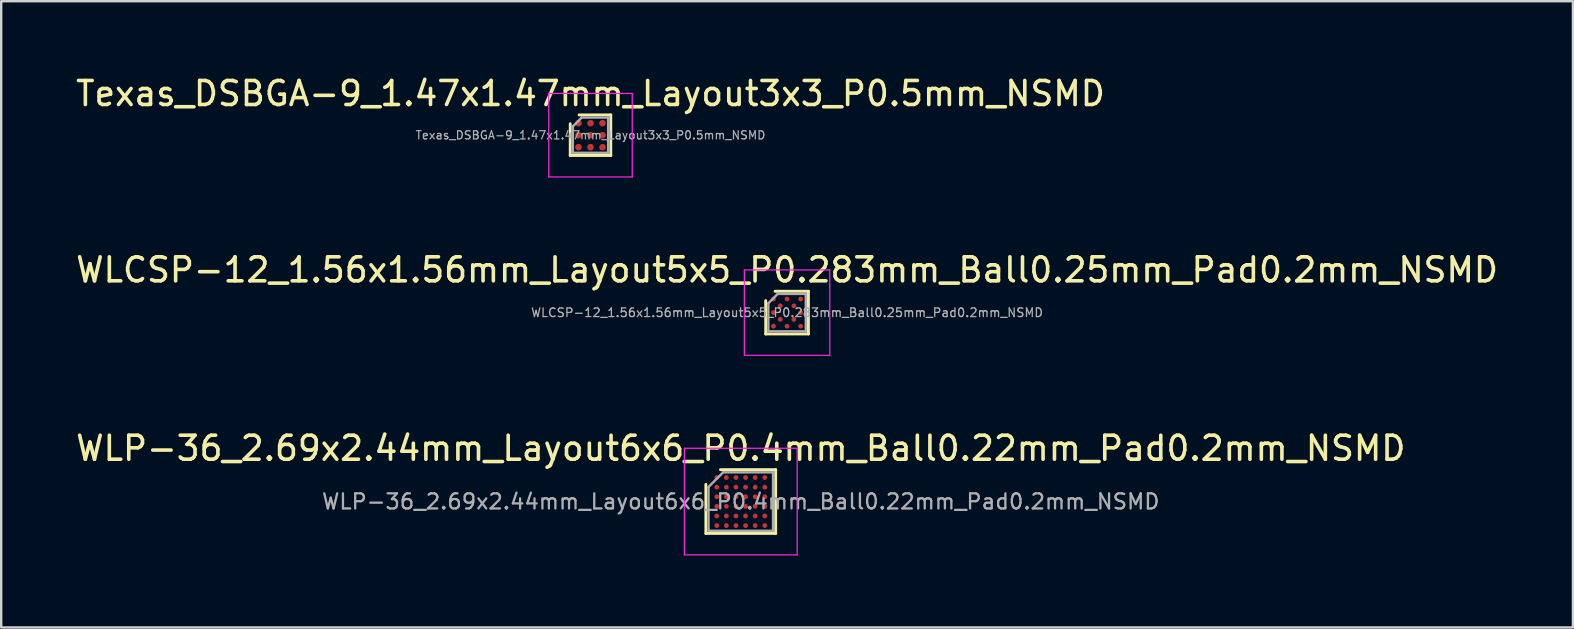
<source format=kicad_pcb>
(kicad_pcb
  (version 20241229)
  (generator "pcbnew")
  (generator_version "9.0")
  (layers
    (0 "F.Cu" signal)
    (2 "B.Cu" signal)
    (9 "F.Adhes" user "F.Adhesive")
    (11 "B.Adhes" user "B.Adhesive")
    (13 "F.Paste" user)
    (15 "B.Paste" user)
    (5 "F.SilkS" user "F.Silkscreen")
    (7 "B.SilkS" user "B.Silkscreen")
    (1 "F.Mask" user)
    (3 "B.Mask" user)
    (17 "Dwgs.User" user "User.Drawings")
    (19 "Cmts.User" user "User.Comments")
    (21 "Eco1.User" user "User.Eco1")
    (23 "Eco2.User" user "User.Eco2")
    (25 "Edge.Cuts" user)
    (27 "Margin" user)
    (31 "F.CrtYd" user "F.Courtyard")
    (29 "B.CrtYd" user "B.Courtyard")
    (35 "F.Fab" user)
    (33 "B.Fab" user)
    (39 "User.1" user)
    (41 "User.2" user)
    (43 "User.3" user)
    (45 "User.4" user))
  (footprint "WLCSP-12_1.56x1.56mm_Layout5x5_P0.283mm_Ball0.25mm_Pad0.2mm_NSMD"
    (layer "F.Cu")
    (at 29.744 9.976)
    (property "Reference" "WLCSP-12_1.56x1.56mm_Layout5x5_P0.283mm_Ball0.25mm_Pad0.2mm_NSMD" (at 0 -1.78 0) (layer "F.SilkS") (effects (font (size 1 1) (thickness 0.15))))
    (attr smd)
    (fp_line (start -0.89 0.89) (end -0.89 -0.5) (stroke (width 0.12) (type solid)) (layer "F.SilkS"))
    (fp_line (start -0.5 -0.89) (end 0.89 -0.89) (stroke (width 0.12) (type solid)) (layer "F.SilkS"))
    (fp_line (start 0.89 -0.89) (end 0.89 0.89) (stroke (width 0.12) (type solid)) (layer "F.SilkS"))
    (fp_line (start 0.89 0.89) (end -0.89 0.89) (stroke (width 0.12) (type solid)) (layer "F.SilkS"))
    (fp_line (start -1.78 -1.78) (end -1.78 1.78) (stroke (width 0.05) (type solid)) (layer "F.CrtYd"))
    (fp_line (start -1.78 1.78) (end 1.78 1.78) (stroke (width 0.05) (type solid)) (layer "F.CrtYd"))
    (fp_line (start 1.78 -1.78) (end -1.78 -1.78) (stroke (width 0.05) (type solid)) (layer "F.CrtYd"))
    (fp_line (start 1.78 1.78) (end 1.78 -1.78) (stroke (width 0.05) (type solid)) (layer "F.CrtYd"))
    (fp_line (start -0.78 -0.39) (end -0.39 -0.78) (stroke (width 0.1) (type solid)) (layer "F.Fab"))
    (fp_line (start -0.78 0.78) (end -0.78 -0.39) (stroke (width 0.1) (type solid)) (layer "F.Fab"))
    (fp_line (start -0.39 -0.78) (end 0.78 -0.78) (stroke (width 0.1) (type solid)) (layer "F.Fab"))
    (fp_line (start 0.78 -0.78) (end 0.78 0.78) (stroke (width 0.1) (type solid)) (layer "F.Fab"))
    (fp_line (start 0.78 0.78) (end -0.78 0.78) (stroke (width 0.1) (type solid)) (layer "F.Fab"))
    (fp_text user "${REFERENCE}" (at 0 0 0) (layer "F.Fab") (effects (font (size 0.36 0.36) (thickness 0.054))))
    (pad "A1" smd circle (at -0.566 -0.566) (size 0.2 0.2) (layers "F.Cu" "F.Mask" "F.Paste"))
    (pad "A3" smd circle (at 0 -0.566) (size 0.2 0.2) (layers "F.Cu" "F.Mask" "F.Paste"))
    (pad "A5" smd circle (at 0.566 -0.566) (size 0.2 0.2) (layers "F.Cu" "F.Mask" "F.Paste"))
    (pad "B2" smd circle (at -0.283 -0.283) (size 0.2 0.2) (layers "F.Cu" "F.Mask" "F.Paste"))
    (pad "B4" smd circle (at 0.283 -0.283) (size 0.2 0.2) (layers "F.Cu" "F.Mask" "F.Paste"))
    (pad "C1" smd circle (at -0.566 0) (size 0.2 0.2) (layers "F.Cu" "F.Mask" "F.Paste"))
    (pad "C5" smd circle (at 0.566 0) (size 0.2 0.2) (layers "F.Cu" "F.Mask" "F.Paste"))
    (pad "D2" smd circle (at -0.283 0.283) (size 0.2 0.2) (layers "F.Cu" "F.Mask" "F.Paste"))
    (pad "D4" smd circle (at 0.283 0.283) (size 0.2 0.2) (layers "F.Cu" "F.Mask" "F.Paste"))
    (pad "E1" smd circle (at -0.566 0.566) (size 0.2 0.2) (layers "F.Cu" "F.Mask" "F.Paste"))
    (pad "E3" smd circle (at 0 0.566) (size 0.2 0.2) (layers "F.Cu" "F.Mask" "F.Paste"))
    (pad "E5" smd circle (at 0.566 0.566) (size 0.2 0.2) (layers "F.Cu" "F.Mask" "F.Paste")))
  (footprint "Texas_DSBGA-9_1.47x1.47mm_Layout3x3_P0.5mm_NSMD"
    (layer "F.Cu")
    (at 21.554 2.583)
    (property "Reference" "Texas_DSBGA-9_1.47x1.47mm_Layout3x3_P0.5mm_NSMD" (at 0 -1.735 0) (layer "F.SilkS") (effects (font (size 1 1) (thickness 0.15))))
    (attr smd)
    (fp_line (start -0.845 0.845) (end -0.845 -0.477) (stroke (width 0.12) (type solid)) (layer "F.SilkS"))
    (fp_line (start -0.477 -0.845) (end 0.845 -0.845) (stroke (width 0.12) (type solid)) (layer "F.SilkS"))
    (fp_line (start 0.845 -0.845) (end 0.845 0.845) (stroke (width 0.12) (type solid)) (layer "F.SilkS"))
    (fp_line (start 0.845 0.845) (end -0.845 0.845) (stroke (width 0.12) (type solid)) (layer "F.SilkS"))
    (fp_line (start -1.74 -1.74) (end -1.74 1.74) (stroke (width 0.05) (type solid)) (layer "F.CrtYd"))
    (fp_line (start -1.74 1.74) (end 1.74 1.74) (stroke (width 0.05) (type solid)) (layer "F.CrtYd"))
    (fp_line (start 1.74 -1.74) (end -1.74 -1.74) (stroke (width 0.05) (type solid)) (layer "F.CrtYd"))
    (fp_line (start 1.74 1.74) (end 1.74 -1.74) (stroke (width 0.05) (type solid)) (layer "F.CrtYd"))
    (fp_line (start -0.735 -0.367) (end -0.367 -0.735) (stroke (width 0.1) (type solid)) (layer "F.Fab"))
    (fp_line (start -0.735 0.735) (end -0.735 -0.367) (stroke (width 0.1) (type solid)) (layer "F.Fab"))
    (fp_line (start -0.367 -0.735) (end 0.735 -0.735) (stroke (width 0.1) (type solid)) (layer "F.Fab"))
    (fp_line (start 0.735 -0.735) (end 0.735 0.735) (stroke (width 0.1) (type solid)) (layer "F.Fab"))
    (fp_line (start 0.735 0.735) (end -0.735 0.735) (stroke (width 0.1) (type solid)) (layer "F.Fab"))
    (fp_text user "${REFERENCE}" (at 0 0 0) (layer "F.Fab") (effects (font (size 0.34 0.34) (thickness 0.051))))
    (pad "A1" smd circle (at -0.5 -0.5) (size 0.275 0.275) (layers "F.Cu" "F.Mask" "F.Paste"))
    (pad "A2" smd circle (at 0 -0.5) (size 0.275 0.275) (layers "F.Cu" "F.Mask" "F.Paste"))
    (pad "A3" smd circle (at 0.5 -0.5) (size 0.275 0.275) (layers "F.Cu" "F.Mask" "F.Paste"))
    (pad "B1" smd circle (at -0.5 0) (size 0.275 0.275) (layers "F.Cu" "F.Mask" "F.Paste"))
    (pad "B2" smd circle (at 0 0) (size 0.275 0.275) (layers "F.Cu" "F.Mask" "F.Paste"))
    (pad "B3" smd circle (at 0.5 0) (size 0.275 0.275) (layers "F.Cu" "F.Mask" "F.Paste"))
    (pad "C1" smd circle (at -0.5 0.5) (size 0.275 0.275) (layers "F.Cu" "F.Mask" "F.Paste"))
    (pad "C2" smd circle (at 0 0.5) (size 0.275 0.275) (layers "F.Cu" "F.Mask" "F.Paste"))
    (pad "C3" smd circle (at 0.5 0.5) (size 0.275 0.275) (layers "F.Cu" "F.Mask" "F.Paste")))
  (footprint "WLP-36_2.69x2.44mm_Layout6x6_P0.4mm_Ball0.22mm_Pad0.2mm_NSMD"
    (layer "F.Cu")
    (at 27.815 17.848)
    (property "Reference" "WLP-36_2.69x2.44mm_Layout6x6_P0.4mm_Ball0.22mm_Pad0.2mm_NSMD" (at 0 -2.219 0) (layer "F.SilkS") (effects (font (size 1 1) (thickness 0.15))))
    (attr smd)
    (fp_line (start -1.454 1.329) (end -1.454 -0.719) (stroke (width 0.12) (type solid)) (layer "F.SilkS"))
    (fp_line (start -0.845 -1.329) (end 1.454 -1.329) (stroke (width 0.12) (type solid)) (layer "F.SilkS"))
    (fp_line (start 1.454 -1.329) (end 1.454 1.329) (stroke (width 0.12) (type solid)) (layer "F.SilkS"))
    (fp_line (start 1.454 1.329) (end -1.454 1.329) (stroke (width 0.12) (type solid)) (layer "F.SilkS"))
    (fp_line (start -2.35 -2.22) (end -2.35 2.22) (stroke (width 0.05) (type solid)) (layer "F.CrtYd"))
    (fp_line (start -2.35 2.22) (end 2.35 2.22) (stroke (width 0.05) (type solid)) (layer "F.CrtYd"))
    (fp_line (start 2.35 -2.22) (end -2.35 -2.22) (stroke (width 0.05) (type solid)) (layer "F.CrtYd"))
    (fp_line (start 2.35 2.22) (end 2.35 -2.22) (stroke (width 0.05) (type solid)) (layer "F.CrtYd"))
    (fp_line (start -1.344 -0.609) (end -0.735 -1.218) (stroke (width 0.1) (type solid)) (layer "F.Fab"))
    (fp_line (start -1.344 1.218) (end -1.344 -0.609) (stroke (width 0.1) (type solid)) (layer "F.Fab"))
    (fp_line (start -0.735 -1.218) (end 1.344 -1.218) (stroke (width 0.1) (type solid)) (layer "F.Fab"))
    (fp_line (start 1.344 -1.218) (end 1.344 1.218) (stroke (width 0.1) (type solid)) (layer "F.Fab"))
    (fp_line (start 1.344 1.218) (end -1.344 1.218) (stroke (width 0.1) (type solid)) (layer "F.Fab"))
    (fp_text user "${REFERENCE}" (at 0 0 0) (layer "F.Fab") (effects (font (size 0.63 0.63) (thickness 0.095))))
    (pad "A1" smd circle (at -1 -1) (size 0.2 0.2) (layers "F.Cu" "F.Mask" "F.Paste"))
    (pad "A2" smd circle (at -0.6 -1) (size 0.2 0.2) (layers "F.Cu" "F.Mask" "F.Paste"))
    (pad "A3" smd circle (at -0.2 -1) (size 0.2 0.2) (layers "F.Cu" "F.Mask" "F.Paste"))
    (pad "A4" smd circle (at 0.2 -1) (size 0.2 0.2) (layers "F.Cu" "F.Mask" "F.Paste"))
    (pad "A5" smd circle (at 0.6 -1) (size 0.2 0.2) (layers "F.Cu" "F.Mask" "F.Paste"))
    (pad "A6" smd circle (at 1 -1) (size 0.2 0.2) (layers "F.Cu" "F.Mask" "F.Paste"))
    (pad "B1" smd circle (at -1 -0.6) (size 0.2 0.2) (layers "F.Cu" "F.Mask" "F.Paste"))
    (pad "B2" smd circle (at -0.6 -0.6) (size 0.2 0.2) (layers "F.Cu" "F.Mask" "F.Paste"))
    (pad "B3" smd circle (at -0.2 -0.6) (size 0.2 0.2) (layers "F.Cu" "F.Mask" "F.Paste"))
    (pad "B4" smd circle (at 0.2 -0.6) (size 0.2 0.2) (layers "F.Cu" "F.Mask" "F.Paste"))
    (pad "B5" smd circle (at 0.6 -0.6) (size 0.2 0.2) (layers "F.Cu" "F.Mask" "F.Paste"))
    (pad "B6" smd circle (at 1 -0.6) (size 0.2 0.2) (layers "F.Cu" "F.Mask" "F.Paste"))
    (pad "C1" smd circle (at -1 -0.2) (size 0.2 0.2) (layers "F.Cu" "F.Mask" "F.Paste"))
    (pad "C2" smd circle (at -0.6 -0.2) (size 0.2 0.2) (layers "F.Cu" "F.Mask" "F.Paste"))
    (pad "C3" smd circle (at -0.2 -0.2) (size 0.2 0.2) (layers "F.Cu" "F.Mask" "F.Paste"))
    (pad "C4" smd circle (at 0.2 -0.2) (size 0.2 0.2) (layers "F.Cu" "F.Mask" "F.Paste"))
    (pad "C5" smd circle (at 0.6 -0.2) (size 0.2 0.2) (layers "F.Cu" "F.Mask" "F.Paste"))
    (pad "C6" smd circle (at 1 -0.2) (size 0.2 0.2) (layers "F.Cu" "F.Mask" "F.Paste"))
    (pad "D1" smd circle (at -1 0.2) (size 0.2 0.2) (layers "F.Cu" "F.Mask" "F.Paste"))
    (pad "D2" smd circle (at -0.6 0.2) (size 0.2 0.2) (layers "F.Cu" "F.Mask" "F.Paste"))
    (pad "D3" smd circle (at -0.2 0.2) (size 0.2 0.2) (layers "F.Cu" "F.Mask" "F.Paste"))
    (pad "D4" smd circle (at 0.2 0.2) (size 0.2 0.2) (layers "F.Cu" "F.Mask" "F.Paste"))
    (pad "D5" smd circle (at 0.6 0.2) (size 0.2 0.2) (layers "F.Cu" "F.Mask" "F.Paste"))
    (pad "D6" smd circle (at 1 0.2) (size 0.2 0.2) (layers "F.Cu" "F.Mask" "F.Paste"))
    (pad "E1" smd circle (at -1 0.6) (size 0.2 0.2) (layers "F.Cu" "F.Mask" "F.Paste"))
    (pad "E2" smd circle (at -0.6 0.6) (size 0.2 0.2) (layers "F.Cu" "F.Mask" "F.Paste"))
    (pad "E3" smd circle (at -0.2 0.6) (size 0.2 0.2) (layers "F.Cu" "F.Mask" "F.Paste"))
    (pad "E4" smd circle (at 0.2 0.6) (size 0.2 0.2) (layers "F.Cu" "F.Mask" "F.Paste"))
    (pad "E5" smd circle (at 0.6 0.6) (size 0.2 0.2) (layers "F.Cu" "F.Mask" "F.Paste"))
    (pad "E6" smd circle (at 1 0.6) (size 0.2 0.2) (layers "F.Cu" "F.Mask" "F.Paste"))
    (pad "F1" smd circle (at -1 1) (size 0.2 0.2) (layers "F.Cu" "F.Mask" "F.Paste"))
    (pad "F2" smd circle (at -0.6 1) (size 0.2 0.2) (layers "F.Cu" "F.Mask" "F.Paste"))
    (pad "F3" smd circle (at -0.2 1) (size 0.2 0.2) (layers "F.Cu" "F.Mask" "F.Paste"))
    (pad "F4" smd circle (at 0.2 1) (size 0.2 0.2) (layers "F.Cu" "F.Mask" "F.Paste"))
    (pad "F5" smd circle (at 0.6 1) (size 0.2 0.2) (layers "F.Cu" "F.Mask" "F.Paste"))
    (pad "F6" smd circle (at 1 1) (size 0.2 0.2) (layers "F.Cu" "F.Mask" "F.Paste")))
  (gr_rect
    (start -3 -3)
    (end 62.488 23.093)
    (stroke (width 0.1) (type default))
    (fill no)
    (layer "Edge.Cuts")))
</source>
